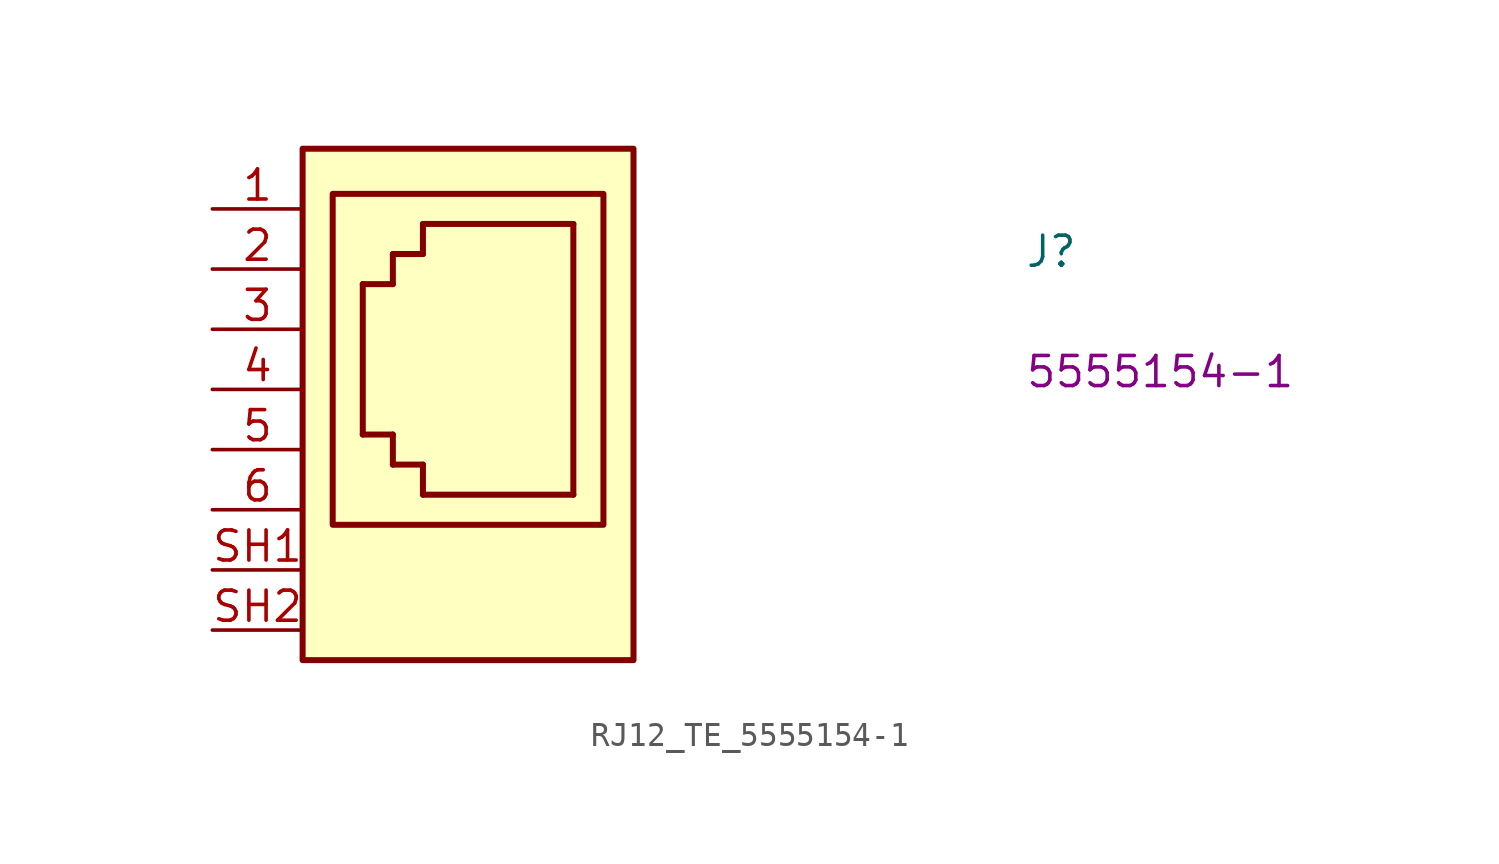
<source format=kicad_sym>
(kicad_symbol_lib
  (version 20220914)
  (generator kicad_symbol_editor)
  (symbol "RJ12_TE_5555154-1"
    (property "Reference" "J"
      (at 34.29 -2.54 0)
      (effects (font (size 1.27 1.27) (thickness 0.15)) (justify left bottom)))
    (property "MPN" "5555154-1"
      (at 34.29 -7.62 0)
      (effects (font (size 1.27 1.27) (thickness 0.15)) (justify left bottom)))
    (symbol "RJ12_TE_5555154-1_1_1"
      (polyline (pts (xy 6.35 -9.525) (xy 6.35 -3.175)) (stroke (width 0.254) (type default)) (fill (type background)))
      (polyline (pts (xy 7.62 -10.795) (xy 7.62 -9.525)) (stroke (width 0.254) (type default)) (fill (type background)))
      (polyline (pts (xy 7.62 -9.525) (xy 6.35 -9.525)) (stroke (width 0.254) (type default)) (fill (type background)))
      (polyline (pts (xy 7.62 -3.175) (xy 6.35 -3.175)) (stroke (width 0.254) (type default)) (fill (type background)))
      (polyline (pts (xy 7.62 -1.905) (xy 7.62 -3.175)) (stroke (width 0.254) (type default)) (fill (type background)))
      (polyline (pts (xy 8.89 -12.065) (xy 8.89 -10.795)) (stroke (width 0.254) (type default)) (fill (type background)))
      (polyline (pts (xy 8.89 -10.795) (xy 7.62 -10.795)) (stroke (width 0.254) (type default)) (fill (type background)))
      (polyline (pts (xy 8.89 -1.905) (xy 7.62 -1.905)) (stroke (width 0.254) (type default)) (fill (type background)))
      (polyline (pts (xy 8.89 -0.635) (xy 8.89 -1.905)) (stroke (width 0.254) (type default)) (fill (type background)))
      (polyline (pts (xy 8.89 -0.635) (xy 15.24 -0.635)) (stroke (width 0.254) (type default)) (fill (type background)))
      (polyline (pts (xy 15.24 -12.065) (xy 8.89 -12.065)) (stroke (width 0.254) (type default)) (fill (type background)))
      (polyline (pts (xy 15.24 -0.635) (xy 15.24 -12.065)) (stroke (width 0.254) (type default)) (fill (type background)))
      (rectangle (start 3.81 2.54) (end 17.78 -19.05) (stroke (width 0.254) (type default)) (fill (type background)))
      (rectangle (start 16.51 -13.335) (end 5.08 0.635) (stroke (width 0.254) (type default)) (fill (type background)))
      (pin passive line (at 0 0 0) (length 3.81) (name "~" (effects (font (size 1.27 1.27)))) (number "1" (effects (font (size 1.27 1.27)))))
      (pin passive line (at 0 -2.54 0) (length 3.81) (name "~" (effects (font (size 1.27 1.27)))) (number "2" (effects (font (size 1.27 1.27)))))
      (pin passive line (at 0 -5.08 0) (length 3.81) (name "~" (effects (font (size 1.27 1.27)))) (number "3" (effects (font (size 1.27 1.27)))))
      (pin passive line (at 0 -7.62 0) (length 3.81) (name "~" (effects (font (size 1.27 1.27)))) (number "4" (effects (font (size 1.27 1.27)))))
      (pin passive line (at 0 -10.16 0) (length 3.81) (name "~" (effects (font (size 1.27 1.27)))) (number "5" (effects (font (size 1.27 1.27)))))
      (pin passive line (at 0 -12.7 0) (length 3.81) (name "~" (effects (font (size 1.27 1.27)))) (number "6" (effects (font (size 1.27 1.27)))))
      (pin power_in line (at 0 -15.24 0) (length 3.81) (name "~" (effects (font (size 1.27 1.27)))) (number "SH1" (effects (font (size 1.27 1.27)))))
      (pin power_in line (at 0 -17.78 0) (length 3.81) (name "~" (effects (font (size 1.27 1.27)))) (number "SH2" (effects (font (size 1.27 1.27))))))))
</source>
